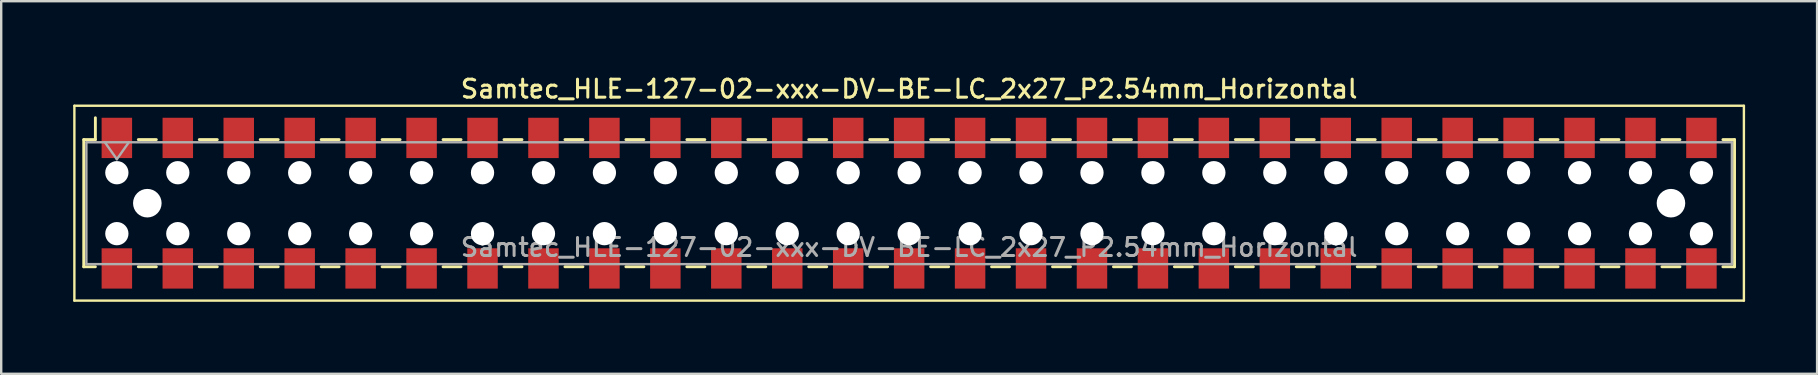
<source format=kicad_pcb>
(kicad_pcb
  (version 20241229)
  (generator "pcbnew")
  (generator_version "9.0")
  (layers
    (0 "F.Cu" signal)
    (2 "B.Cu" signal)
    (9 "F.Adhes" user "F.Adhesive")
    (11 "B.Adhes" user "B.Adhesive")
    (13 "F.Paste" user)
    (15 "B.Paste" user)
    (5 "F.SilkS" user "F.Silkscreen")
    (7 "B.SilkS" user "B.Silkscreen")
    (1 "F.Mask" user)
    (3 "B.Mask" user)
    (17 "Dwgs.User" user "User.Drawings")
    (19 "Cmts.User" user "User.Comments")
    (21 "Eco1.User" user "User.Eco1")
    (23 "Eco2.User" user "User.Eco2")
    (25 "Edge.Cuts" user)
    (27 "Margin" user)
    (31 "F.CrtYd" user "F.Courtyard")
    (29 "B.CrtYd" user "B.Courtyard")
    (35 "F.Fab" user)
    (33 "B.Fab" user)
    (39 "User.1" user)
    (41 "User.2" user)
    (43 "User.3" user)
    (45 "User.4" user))
  (footprint "Samtec_HLE-127-02-xxx-DV-BE-LC_2x27_P2.54mm_Horizontal"
    (layer "F.Cu")
    (at 34.84 5.418)
    (property "Reference" "Samtec_HLE-127-02-xxx-DV-BE-LC_2x27_P2.54mm_Horizontal" (at 0 -4.76 0) (layer "F.SilkS") (effects (font (size 0.75 0.75) (thickness 0.125))))
    (attr smd)
    (fp_line (start -34.79 -4.06) (end 34.79 -4.06) (stroke (width 0.1) (type solid)) (layer "F.SilkS"))
    (fp_line (start -34.79 4.06) (end -34.79 -4.06) (stroke (width 0.1) (type solid)) (layer "F.SilkS"))
    (fp_line (start -34.4 -2.65) (end -34.4 2.65) (stroke (width 0.12) (type solid)) (layer "F.SilkS"))
    (fp_line (start -34.4 2.65) (end -33.915 2.65) (stroke (width 0.12) (type solid)) (layer "F.SilkS"))
    (fp_line (start -33.915 -3.56) (end -33.915 -2.65) (stroke (width 0.12) (type solid)) (layer "F.SilkS"))
    (fp_line (start -33.915 -2.65) (end -34.4 -2.65) (stroke (width 0.12) (type solid)) (layer "F.SilkS"))
    (fp_line (start -32.125 -2.65) (end -31.375 -2.65) (stroke (width 0.12) (type solid)) (layer "F.SilkS"))
    (fp_line (start -32.125 2.65) (end -31.375 2.65) (stroke (width 0.12) (type solid)) (layer "F.SilkS"))
    (fp_line (start -29.585 -2.65) (end -28.835 -2.65) (stroke (width 0.12) (type solid)) (layer "F.SilkS"))
    (fp_line (start -29.585 2.65) (end -28.835 2.65) (stroke (width 0.12) (type solid)) (layer "F.SilkS"))
    (fp_line (start -27.045 -2.65) (end -26.295 -2.65) (stroke (width 0.12) (type solid)) (layer "F.SilkS"))
    (fp_line (start -27.045 2.65) (end -26.295 2.65) (stroke (width 0.12) (type solid)) (layer "F.SilkS"))
    (fp_line (start -24.505 -2.65) (end -23.755 -2.65) (stroke (width 0.12) (type solid)) (layer "F.SilkS"))
    (fp_line (start -24.505 2.65) (end -23.755 2.65) (stroke (width 0.12) (type solid)) (layer "F.SilkS"))
    (fp_line (start -21.965 -2.65) (end -21.215 -2.65) (stroke (width 0.12) (type solid)) (layer "F.SilkS"))
    (fp_line (start -21.965 2.65) (end -21.215 2.65) (stroke (width 0.12) (type solid)) (layer "F.SilkS"))
    (fp_line (start -19.425 -2.65) (end -18.675 -2.65) (stroke (width 0.12) (type solid)) (layer "F.SilkS"))
    (fp_line (start -19.425 2.65) (end -18.675 2.65) (stroke (width 0.12) (type solid)) (layer "F.SilkS"))
    (fp_line (start -16.885 -2.65) (end -16.135 -2.65) (stroke (width 0.12) (type solid)) (layer "F.SilkS"))
    (fp_line (start -16.885 2.65) (end -16.135 2.65) (stroke (width 0.12) (type solid)) (layer "F.SilkS"))
    (fp_line (start -14.345 -2.65) (end -13.595 -2.65) (stroke (width 0.12) (type solid)) (layer "F.SilkS"))
    (fp_line (start -14.345 2.65) (end -13.595 2.65) (stroke (width 0.12) (type solid)) (layer "F.SilkS"))
    (fp_line (start -11.805 -2.65) (end -11.055 -2.65) (stroke (width 0.12) (type solid)) (layer "F.SilkS"))
    (fp_line (start -11.805 2.65) (end -11.055 2.65) (stroke (width 0.12) (type solid)) (layer "F.SilkS"))
    (fp_line (start -9.265 -2.65) (end -8.515 -2.65) (stroke (width 0.12) (type solid)) (layer "F.SilkS"))
    (fp_line (start -9.265 2.65) (end -8.515 2.65) (stroke (width 0.12) (type solid)) (layer "F.SilkS"))
    (fp_line (start -6.725 -2.65) (end -5.975 -2.65) (stroke (width 0.12) (type solid)) (layer "F.SilkS"))
    (fp_line (start -6.725 2.65) (end -5.975 2.65) (stroke (width 0.12) (type solid)) (layer "F.SilkS"))
    (fp_line (start -4.185 -2.65) (end -3.435 -2.65) (stroke (width 0.12) (type solid)) (layer "F.SilkS"))
    (fp_line (start -4.185 2.65) (end -3.435 2.65) (stroke (width 0.12) (type solid)) (layer "F.SilkS"))
    (fp_line (start -1.645 -2.65) (end -0.895 -2.65) (stroke (width 0.12) (type solid)) (layer "F.SilkS"))
    (fp_line (start -1.645 2.65) (end -0.895 2.65) (stroke (width 0.12) (type solid)) (layer "F.SilkS"))
    (fp_line (start 0.895 -2.65) (end 1.645 -2.65) (stroke (width 0.12) (type solid)) (layer "F.SilkS"))
    (fp_line (start 0.895 2.65) (end 1.645 2.65) (stroke (width 0.12) (type solid)) (layer "F.SilkS"))
    (fp_line (start 3.435 -2.65) (end 4.185 -2.65) (stroke (width 0.12) (type solid)) (layer "F.SilkS"))
    (fp_line (start 3.435 2.65) (end 4.185 2.65) (stroke (width 0.12) (type solid)) (layer "F.SilkS"))
    (fp_line (start 5.975 -2.65) (end 6.725 -2.65) (stroke (width 0.12) (type solid)) (layer "F.SilkS"))
    (fp_line (start 5.975 2.65) (end 6.725 2.65) (stroke (width 0.12) (type solid)) (layer "F.SilkS"))
    (fp_line (start 8.515 -2.65) (end 9.265 -2.65) (stroke (width 0.12) (type solid)) (layer "F.SilkS"))
    (fp_line (start 8.515 2.65) (end 9.265 2.65) (stroke (width 0.12) (type solid)) (layer "F.SilkS"))
    (fp_line (start 11.055 -2.65) (end 11.805 -2.65) (stroke (width 0.12) (type solid)) (layer "F.SilkS"))
    (fp_line (start 11.055 2.65) (end 11.805 2.65) (stroke (width 0.12) (type solid)) (layer "F.SilkS"))
    (fp_line (start 13.595 -2.65) (end 14.345 -2.65) (stroke (width 0.12) (type solid)) (layer "F.SilkS"))
    (fp_line (start 13.595 2.65) (end 14.345 2.65) (stroke (width 0.12) (type solid)) (layer "F.SilkS"))
    (fp_line (start 16.135 -2.65) (end 16.885 -2.65) (stroke (width 0.12) (type solid)) (layer "F.SilkS"))
    (fp_line (start 16.135 2.65) (end 16.885 2.65) (stroke (width 0.12) (type solid)) (layer "F.SilkS"))
    (fp_line (start 18.675 -2.65) (end 19.425 -2.65) (stroke (width 0.12) (type solid)) (layer "F.SilkS"))
    (fp_line (start 18.675 2.65) (end 19.425 2.65) (stroke (width 0.12) (type solid)) (layer "F.SilkS"))
    (fp_line (start 21.215 -2.65) (end 21.965 -2.65) (stroke (width 0.12) (type solid)) (layer "F.SilkS"))
    (fp_line (start 21.215 2.65) (end 21.965 2.65) (stroke (width 0.12) (type solid)) (layer "F.SilkS"))
    (fp_line (start 23.755 -2.65) (end 24.505 -2.65) (stroke (width 0.12) (type solid)) (layer "F.SilkS"))
    (fp_line (start 23.755 2.65) (end 24.505 2.65) (stroke (width 0.12) (type solid)) (layer "F.SilkS"))
    (fp_line (start 26.295 -2.65) (end 27.045 -2.65) (stroke (width 0.12) (type solid)) (layer "F.SilkS"))
    (fp_line (start 26.295 2.65) (end 27.045 2.65) (stroke (width 0.12) (type solid)) (layer "F.SilkS"))
    (fp_line (start 28.835 -2.65) (end 29.585 -2.65) (stroke (width 0.12) (type solid)) (layer "F.SilkS"))
    (fp_line (start 28.835 2.65) (end 29.585 2.65) (stroke (width 0.12) (type solid)) (layer "F.SilkS"))
    (fp_line (start 31.375 -2.65) (end 32.125 -2.65) (stroke (width 0.12) (type solid)) (layer "F.SilkS"))
    (fp_line (start 31.375 2.65) (end 32.125 2.65) (stroke (width 0.12) (type solid)) (layer "F.SilkS"))
    (fp_line (start 33.915 -2.65) (end 34.4 -2.65) (stroke (width 0.12) (type solid)) (layer "F.SilkS"))
    (fp_line (start 34.4 -2.65) (end 34.4 2.65) (stroke (width 0.12) (type solid)) (layer "F.SilkS"))
    (fp_line (start 34.4 2.65) (end 33.915 2.65) (stroke (width 0.12) (type solid)) (layer "F.SilkS"))
    (fp_line (start 34.79 -4.06) (end 34.79 4.06) (stroke (width 0.1) (type solid)) (layer "F.SilkS"))
    (fp_line (start 34.79 4.06) (end -34.79 4.06) (stroke (width 0.1) (type solid)) (layer "F.SilkS"))
    (fp_line (start -34.29 -2.54) (end 34.29 -2.54) (stroke (width 0.1) (type solid)) (layer "F.Fab"))
    (fp_line (start -34.29 2.54) (end -34.29 -2.54) (stroke (width 0.1) (type solid)) (layer "F.Fab"))
    (fp_line (start -33.52 -2.54) (end -33.02 -1.833) (stroke (width 0.1) (type solid)) (layer "F.Fab"))
    (fp_line (start -33.02 -1.833) (end -32.52 -2.54) (stroke (width 0.1) (type solid)) (layer "F.Fab"))
    (fp_line (start 34.29 -2.54) (end 34.29 2.54) (stroke (width 0.1) (type solid)) (layer "F.Fab"))
    (fp_line (start 34.29 2.54) (end -34.29 2.54) (stroke (width 0.1) (type solid)) (layer "F.Fab"))
    (fp_text user "${REFERENCE}" (at 0 1.84 0) (layer "F.Fab") (effects (font (size 0.75 0.75) (thickness 0.125))))
    (pad "" np_thru_hole circle (at -33.02 -1.27) (size 0.97 0.97) (drill 0.97) (layers "*.Cu" "*.Mask"))
    (pad "" np_thru_hole circle (at -33.02 1.27) (size 0.97 0.97) (drill 0.97) (layers "*.Cu" "*.Mask"))
    (pad "" np_thru_hole circle (at -31.75 0) (size 1.19 1.19) (drill 1.19) (layers "*.Cu" "*.Mask"))
    (pad "" np_thru_hole circle (at -30.48 -1.27) (size 0.97 0.97) (drill 0.97) (layers "*.Cu" "*.Mask"))
    (pad "" np_thru_hole circle (at -30.48 1.27) (size 0.97 0.97) (drill 0.97) (layers "*.Cu" "*.Mask"))
    (pad "" np_thru_hole circle (at -27.94 -1.27) (size 0.97 0.97) (drill 0.97) (layers "*.Cu" "*.Mask"))
    (pad "" np_thru_hole circle (at -27.94 1.27) (size 0.97 0.97) (drill 0.97) (layers "*.Cu" "*.Mask"))
    (pad "" np_thru_hole circle (at -25.4 -1.27) (size 0.97 0.97) (drill 0.97) (layers "*.Cu" "*.Mask"))
    (pad "" np_thru_hole circle (at -25.4 1.27) (size 0.97 0.97) (drill 0.97) (layers "*.Cu" "*.Mask"))
    (pad "" np_thru_hole circle (at -22.86 -1.27) (size 0.97 0.97) (drill 0.97) (layers "*.Cu" "*.Mask"))
    (pad "" np_thru_hole circle (at -22.86 1.27) (size 0.97 0.97) (drill 0.97) (layers "*.Cu" "*.Mask"))
    (pad "" np_thru_hole circle (at -20.32 -1.27) (size 0.97 0.97) (drill 0.97) (layers "*.Cu" "*.Mask"))
    (pad "" np_thru_hole circle (at -20.32 1.27) (size 0.97 0.97) (drill 0.97) (layers "*.Cu" "*.Mask"))
    (pad "" np_thru_hole circle (at -17.78 -1.27) (size 0.97 0.97) (drill 0.97) (layers "*.Cu" "*.Mask"))
    (pad "" np_thru_hole circle (at -17.78 1.27) (size 0.97 0.97) (drill 0.97) (layers "*.Cu" "*.Mask"))
    (pad "" np_thru_hole circle (at -15.24 -1.27) (size 0.97 0.97) (drill 0.97) (layers "*.Cu" "*.Mask"))
    (pad "" np_thru_hole circle (at -15.24 1.27) (size 0.97 0.97) (drill 0.97) (layers "*.Cu" "*.Mask"))
    (pad "" np_thru_hole circle (at -12.7 -1.27) (size 0.97 0.97) (drill 0.97) (layers "*.Cu" "*.Mask"))
    (pad "" np_thru_hole circle (at -12.7 1.27) (size 0.97 0.97) (drill 0.97) (layers "*.Cu" "*.Mask"))
    (pad "" np_thru_hole circle (at -10.16 -1.27) (size 0.97 0.97) (drill 0.97) (layers "*.Cu" "*.Mask"))
    (pad "" np_thru_hole circle (at -10.16 1.27) (size 0.97 0.97) (drill 0.97) (layers "*.Cu" "*.Mask"))
    (pad "" np_thru_hole circle (at -7.62 -1.27) (size 0.97 0.97) (drill 0.97) (layers "*.Cu" "*.Mask"))
    (pad "" np_thru_hole circle (at -7.62 1.27) (size 0.97 0.97) (drill 0.97) (layers "*.Cu" "*.Mask"))
    (pad "" np_thru_hole circle (at -5.08 -1.27) (size 0.97 0.97) (drill 0.97) (layers "*.Cu" "*.Mask"))
    (pad "" np_thru_hole circle (at -5.08 1.27) (size 0.97 0.97) (drill 0.97) (layers "*.Cu" "*.Mask"))
    (pad "" np_thru_hole circle (at -2.54 -1.27) (size 0.97 0.97) (drill 0.97) (layers "*.Cu" "*.Mask"))
    (pad "" np_thru_hole circle (at -2.54 1.27) (size 0.97 0.97) (drill 0.97) (layers "*.Cu" "*.Mask"))
    (pad "" np_thru_hole circle (at 0 -1.27) (size 0.97 0.97) (drill 0.97) (layers "*.Cu" "*.Mask"))
    (pad "" np_thru_hole circle (at 0 1.27) (size 0.97 0.97) (drill 0.97) (layers "*.Cu" "*.Mask"))
    (pad "" np_thru_hole circle (at 2.54 -1.27) (size 0.97 0.97) (drill 0.97) (layers "*.Cu" "*.Mask"))
    (pad "" np_thru_hole circle (at 2.54 1.27) (size 0.97 0.97) (drill 0.97) (layers "*.Cu" "*.Mask"))
    (pad "" np_thru_hole circle (at 5.08 -1.27) (size 0.97 0.97) (drill 0.97) (layers "*.Cu" "*.Mask"))
    (pad "" np_thru_hole circle (at 5.08 1.27) (size 0.97 0.97) (drill 0.97) (layers "*.Cu" "*.Mask"))
    (pad "" np_thru_hole circle (at 7.62 -1.27) (size 0.97 0.97) (drill 0.97) (layers "*.Cu" "*.Mask"))
    (pad "" np_thru_hole circle (at 7.62 1.27) (size 0.97 0.97) (drill 0.97) (layers "*.Cu" "*.Mask"))
    (pad "" np_thru_hole circle (at 10.16 -1.27) (size 0.97 0.97) (drill 0.97) (layers "*.Cu" "*.Mask"))
    (pad "" np_thru_hole circle (at 10.16 1.27) (size 0.97 0.97) (drill 0.97) (layers "*.Cu" "*.Mask"))
    (pad "" np_thru_hole circle (at 12.7 -1.27) (size 0.97 0.97) (drill 0.97) (layers "*.Cu" "*.Mask"))
    (pad "" np_thru_hole circle (at 12.7 1.27) (size 0.97 0.97) (drill 0.97) (layers "*.Cu" "*.Mask"))
    (pad "" np_thru_hole circle (at 15.24 -1.27) (size 0.97 0.97) (drill 0.97) (layers "*.Cu" "*.Mask"))
    (pad "" np_thru_hole circle (at 15.24 1.27) (size 0.97 0.97) (drill 0.97) (layers "*.Cu" "*.Mask"))
    (pad "" np_thru_hole circle (at 17.78 -1.27) (size 0.97 0.97) (drill 0.97) (layers "*.Cu" "*.Mask"))
    (pad "" np_thru_hole circle (at 17.78 1.27) (size 0.97 0.97) (drill 0.97) (layers "*.Cu" "*.Mask"))
    (pad "" np_thru_hole circle (at 20.32 -1.27) (size 0.97 0.97) (drill 0.97) (layers "*.Cu" "*.Mask"))
    (pad "" np_thru_hole circle (at 20.32 1.27) (size 0.97 0.97) (drill 0.97) (layers "*.Cu" "*.Mask"))
    (pad "" np_thru_hole circle (at 22.86 -1.27) (size 0.97 0.97) (drill 0.97) (layers "*.Cu" "*.Mask"))
    (pad "" np_thru_hole circle (at 22.86 1.27) (size 0.97 0.97) (drill 0.97) (layers "*.Cu" "*.Mask"))
    (pad "" np_thru_hole circle (at 25.4 -1.27) (size 0.97 0.97) (drill 0.97) (layers "*.Cu" "*.Mask"))
    (pad "" np_thru_hole circle (at 25.4 1.27) (size 0.97 0.97) (drill 0.97) (layers "*.Cu" "*.Mask"))
    (pad "" np_thru_hole circle (at 27.94 -1.27) (size 0.97 0.97) (drill 0.97) (layers "*.Cu" "*.Mask"))
    (pad "" np_thru_hole circle (at 27.94 1.27) (size 0.97 0.97) (drill 0.97) (layers "*.Cu" "*.Mask"))
    (pad "" np_thru_hole circle (at 30.48 -1.27) (size 0.97 0.97) (drill 0.97) (layers "*.Cu" "*.Mask"))
    (pad "" np_thru_hole circle (at 30.48 1.27) (size 0.97 0.97) (drill 0.97) (layers "*.Cu" "*.Mask"))
    (pad "" np_thru_hole circle (at 31.75 0) (size 1.19 1.19) (drill 1.19) (layers "*.Cu" "*.Mask"))
    (pad "" np_thru_hole circle (at 33.02 -1.27) (size 0.97 0.97) (drill 0.97) (layers "*.Cu" "*.Mask"))
    (pad "" np_thru_hole circle (at 33.02 1.27) (size 0.97 0.97) (drill 0.97) (layers "*.Cu" "*.Mask"))
    (pad "1" smd rect (at -33.02 -2.72) (size 1.27 1.68) (layers "F.Cu" "F.Mask" "F.Paste"))
    (pad "2" smd rect (at -33.02 2.72) (size 1.27 1.68) (layers "F.Cu" "F.Mask" "F.Paste"))
    (pad "3" smd rect (at -30.48 -2.72) (size 1.27 1.68) (layers "F.Cu" "F.Mask" "F.Paste"))
    (pad "4" smd rect (at -30.48 2.72) (size 1.27 1.68) (layers "F.Cu" "F.Mask" "F.Paste"))
    (pad "5" smd rect (at -27.94 -2.72) (size 1.27 1.68) (layers "F.Cu" "F.Mask" "F.Paste"))
    (pad "6" smd rect (at -27.94 2.72) (size 1.27 1.68) (layers "F.Cu" "F.Mask" "F.Paste"))
    (pad "7" smd rect (at -25.4 -2.72) (size 1.27 1.68) (layers "F.Cu" "F.Mask" "F.Paste"))
    (pad "8" smd rect (at -25.4 2.72) (size 1.27 1.68) (layers "F.Cu" "F.Mask" "F.Paste"))
    (pad "9" smd rect (at -22.86 -2.72) (size 1.27 1.68) (layers "F.Cu" "F.Mask" "F.Paste"))
    (pad "10" smd rect (at -22.86 2.72) (size 1.27 1.68) (layers "F.Cu" "F.Mask" "F.Paste"))
    (pad "11" smd rect (at -20.32 -2.72) (size 1.27 1.68) (layers "F.Cu" "F.Mask" "F.Paste"))
    (pad "12" smd rect (at -20.32 2.72) (size 1.27 1.68) (layers "F.Cu" "F.Mask" "F.Paste"))
    (pad "13" smd rect (at -17.78 -2.72) (size 1.27 1.68) (layers "F.Cu" "F.Mask" "F.Paste"))
    (pad "14" smd rect (at -17.78 2.72) (size 1.27 1.68) (layers "F.Cu" "F.Mask" "F.Paste"))
    (pad "15" smd rect (at -15.24 -2.72) (size 1.27 1.68) (layers "F.Cu" "F.Mask" "F.Paste"))
    (pad "16" smd rect (at -15.24 2.72) (size 1.27 1.68) (layers "F.Cu" "F.Mask" "F.Paste"))
    (pad "17" smd rect (at -12.7 -2.72) (size 1.27 1.68) (layers "F.Cu" "F.Mask" "F.Paste"))
    (pad "18" smd rect (at -12.7 2.72) (size 1.27 1.68) (layers "F.Cu" "F.Mask" "F.Paste"))
    (pad "19" smd rect (at -10.16 -2.72) (size 1.27 1.68) (layers "F.Cu" "F.Mask" "F.Paste"))
    (pad "20" smd rect (at -10.16 2.72) (size 1.27 1.68) (layers "F.Cu" "F.Mask" "F.Paste"))
    (pad "21" smd rect (at -7.62 -2.72) (size 1.27 1.68) (layers "F.Cu" "F.Mask" "F.Paste"))
    (pad "22" smd rect (at -7.62 2.72) (size 1.27 1.68) (layers "F.Cu" "F.Mask" "F.Paste"))
    (pad "23" smd rect (at -5.08 -2.72) (size 1.27 1.68) (layers "F.Cu" "F.Mask" "F.Paste"))
    (pad "24" smd rect (at -5.08 2.72) (size 1.27 1.68) (layers "F.Cu" "F.Mask" "F.Paste"))
    (pad "25" smd rect (at -2.54 -2.72) (size 1.27 1.68) (layers "F.Cu" "F.Mask" "F.Paste"))
    (pad "26" smd rect (at -2.54 2.72) (size 1.27 1.68) (layers "F.Cu" "F.Mask" "F.Paste"))
    (pad "27" smd rect (at 0 -2.72) (size 1.27 1.68) (layers "F.Cu" "F.Mask" "F.Paste"))
    (pad "28" smd rect (at 0 2.72) (size 1.27 1.68) (layers "F.Cu" "F.Mask" "F.Paste"))
    (pad "29" smd rect (at 2.54 -2.72) (size 1.27 1.68) (layers "F.Cu" "F.Mask" "F.Paste"))
    (pad "30" smd rect (at 2.54 2.72) (size 1.27 1.68) (layers "F.Cu" "F.Mask" "F.Paste"))
    (pad "31" smd rect (at 5.08 -2.72) (size 1.27 1.68) (layers "F.Cu" "F.Mask" "F.Paste"))
    (pad "32" smd rect (at 5.08 2.72) (size 1.27 1.68) (layers "F.Cu" "F.Mask" "F.Paste"))
    (pad "33" smd rect (at 7.62 -2.72) (size 1.27 1.68) (layers "F.Cu" "F.Mask" "F.Paste"))
    (pad "34" smd rect (at 7.62 2.72) (size 1.27 1.68) (layers "F.Cu" "F.Mask" "F.Paste"))
    (pad "35" smd rect (at 10.16 -2.72) (size 1.27 1.68) (layers "F.Cu" "F.Mask" "F.Paste"))
    (pad "36" smd rect (at 10.16 2.72) (size 1.27 1.68) (layers "F.Cu" "F.Mask" "F.Paste"))
    (pad "37" smd rect (at 12.7 -2.72) (size 1.27 1.68) (layers "F.Cu" "F.Mask" "F.Paste"))
    (pad "38" smd rect (at 12.7 2.72) (size 1.27 1.68) (layers "F.Cu" "F.Mask" "F.Paste"))
    (pad "39" smd rect (at 15.24 -2.72) (size 1.27 1.68) (layers "F.Cu" "F.Mask" "F.Paste"))
    (pad "40" smd rect (at 15.24 2.72) (size 1.27 1.68) (layers "F.Cu" "F.Mask" "F.Paste"))
    (pad "41" smd rect (at 17.78 -2.72) (size 1.27 1.68) (layers "F.Cu" "F.Mask" "F.Paste"))
    (pad "42" smd rect (at 17.78 2.72) (size 1.27 1.68) (layers "F.Cu" "F.Mask" "F.Paste"))
    (pad "43" smd rect (at 20.32 -2.72) (size 1.27 1.68) (layers "F.Cu" "F.Mask" "F.Paste"))
    (pad "44" smd rect (at 20.32 2.72) (size 1.27 1.68) (layers "F.Cu" "F.Mask" "F.Paste"))
    (pad "45" smd rect (at 22.86 -2.72) (size 1.27 1.68) (layers "F.Cu" "F.Mask" "F.Paste"))
    (pad "46" smd rect (at 22.86 2.72) (size 1.27 1.68) (layers "F.Cu" "F.Mask" "F.Paste"))
    (pad "47" smd rect (at 25.4 -2.72) (size 1.27 1.68) (layers "F.Cu" "F.Mask" "F.Paste"))
    (pad "48" smd rect (at 25.4 2.72) (size 1.27 1.68) (layers "F.Cu" "F.Mask" "F.Paste"))
    (pad "49" smd rect (at 27.94 -2.72) (size 1.27 1.68) (layers "F.Cu" "F.Mask" "F.Paste"))
    (pad "50" smd rect (at 27.94 2.72) (size 1.27 1.68) (layers "F.Cu" "F.Mask" "F.Paste"))
    (pad "51" smd rect (at 30.48 -2.72) (size 1.27 1.68) (layers "F.Cu" "F.Mask" "F.Paste"))
    (pad "52" smd rect (at 30.48 2.72) (size 1.27 1.68) (layers "F.Cu" "F.Mask" "F.Paste"))
    (pad "53" smd rect (at 33.02 -2.72) (size 1.27 1.68) (layers "F.Cu" "F.Mask" "F.Paste"))
    (pad "54" smd rect (at 33.02 2.72) (size 1.27 1.68) (layers "F.Cu" "F.Mask" "F.Paste")))
  (gr_rect
    (start -3 -3)
    (end 72.68 12.528)
    (stroke (width 0.1) (type default))
    (fill no)
    (layer "Edge.Cuts")))
</source>
